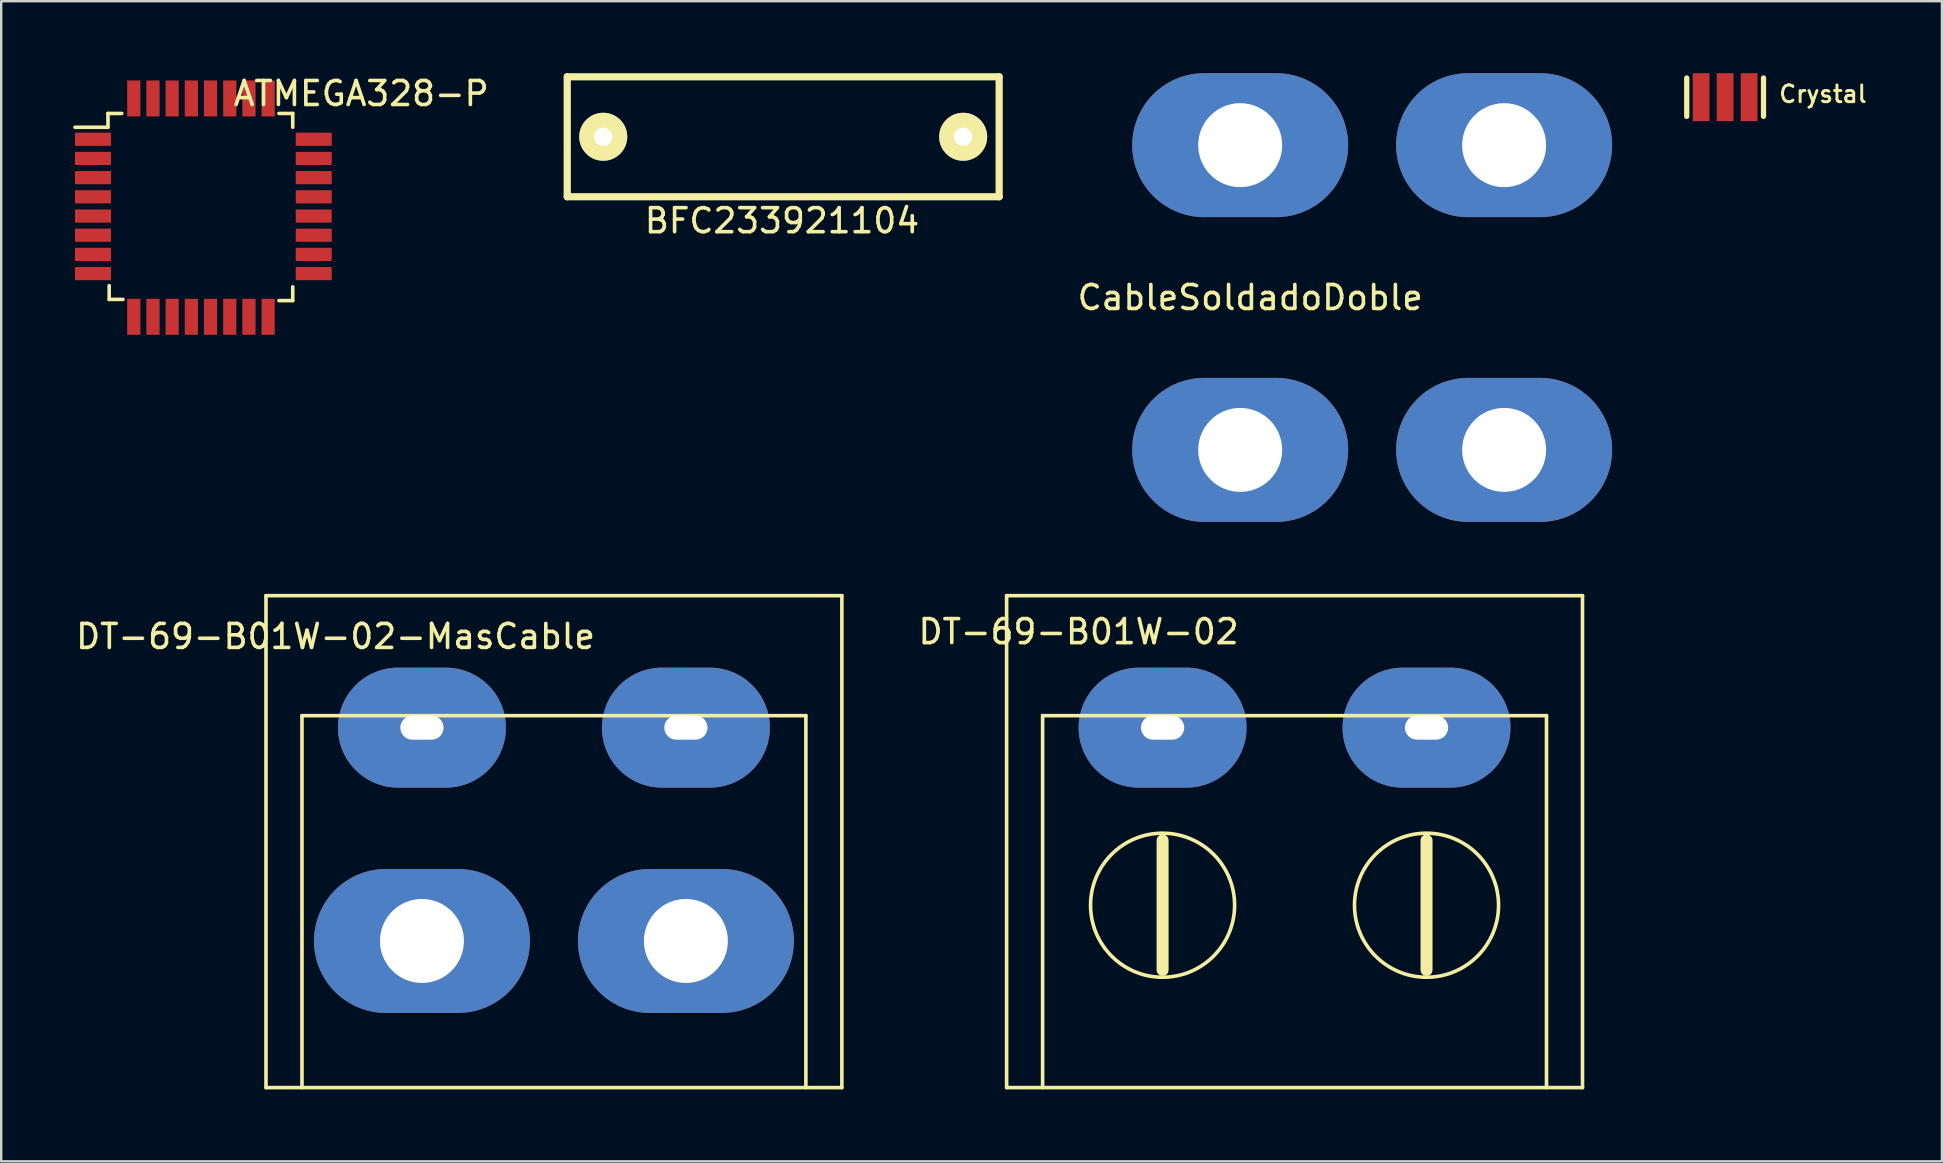
<source format=kicad_pcb>
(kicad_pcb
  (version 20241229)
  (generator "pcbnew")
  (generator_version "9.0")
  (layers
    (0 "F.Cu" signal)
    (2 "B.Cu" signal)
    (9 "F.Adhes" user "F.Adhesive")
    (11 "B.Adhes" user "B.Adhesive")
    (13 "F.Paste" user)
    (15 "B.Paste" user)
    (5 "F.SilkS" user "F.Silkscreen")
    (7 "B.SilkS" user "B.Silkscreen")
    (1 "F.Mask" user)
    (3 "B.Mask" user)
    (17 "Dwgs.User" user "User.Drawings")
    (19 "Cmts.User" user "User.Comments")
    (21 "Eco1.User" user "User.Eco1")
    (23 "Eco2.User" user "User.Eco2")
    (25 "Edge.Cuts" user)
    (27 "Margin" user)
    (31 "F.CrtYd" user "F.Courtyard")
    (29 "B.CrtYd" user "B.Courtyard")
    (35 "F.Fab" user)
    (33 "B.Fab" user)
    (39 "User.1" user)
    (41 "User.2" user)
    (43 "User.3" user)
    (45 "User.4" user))
  (footprint "ATMEGA328-P"
    (layer "F.Cu")
    (at 5.255 5.61)
    (property "Reference" "ATMEGA328-P" (at 6.75 -4.761 0) (layer "F.SilkS") (effects (font (size 1 1) (thickness 0.15))))
    (attr smd)
    (fp_line (start -3.805 -3.932) (end -3.805 -3.357) (stroke (width 0.15) (type solid)) (layer "F.SilkS"))
    (fp_line (start -3.805 -3.932) (end -3.23 -3.932) (stroke (width 0.15) (type solid)) (layer "F.SilkS"))
    (fp_line (start -3.805 -3.357) (end -5.18 -3.357) (stroke (width 0.15) (type solid)) (layer "F.SilkS"))
    (fp_line (start -3.755 3.818) (end -3.755 3.243) (stroke (width 0.15) (type solid)) (layer "F.SilkS"))
    (fp_line (start -3.755 3.818) (end -3.18 3.818) (stroke (width 0.15) (type solid)) (layer "F.SilkS"))
    (fp_line (start 3.895 -3.932) (end 3.32 -3.932) (stroke (width 0.15) (type solid)) (layer "F.SilkS"))
    (fp_line (start 3.895 -3.932) (end 3.895 -3.357) (stroke (width 0.15) (type solid)) (layer "F.SilkS"))
    (fp_line (start 3.895 3.868) (end 3.32 3.868) (stroke (width 0.15) (type solid)) (layer "F.SilkS"))
    (fp_line (start 3.895 3.868) (end 3.895 3.293) (stroke (width 0.15) (type solid)) (layer "F.SilkS"))
    (pad "1" smd rect (at -4.43 -2.857) (size 1.5 0.55) (layers "F.Cu" "F.Mask" "F.Paste"))
    (pad "2" smd rect (at -4.43 -2.057) (size 1.5 0.55) (layers "F.Cu" "F.Mask" "F.Paste"))
    (pad "3" smd rect (at -4.43 -1.257) (size 1.5 0.55) (layers "F.Cu" "F.Mask" "F.Paste"))
    (pad "4" smd rect (at -4.43 -0.457) (size 1.5 0.55) (layers "F.Cu" "F.Mask" "F.Paste"))
    (pad "5" smd rect (at -4.43 0.343) (size 1.5 0.55) (layers "F.Cu" "F.Mask" "F.Paste"))
    (pad "6" smd rect (at -4.43 1.143) (size 1.5 0.55) (layers "F.Cu" "F.Mask" "F.Paste"))
    (pad "7" smd rect (at -4.43 1.943) (size 1.5 0.55) (layers "F.Cu" "F.Mask" "F.Paste"))
    (pad "8" smd rect (at -4.43 2.743) (size 1.5 0.55) (layers "F.Cu" "F.Mask" "F.Paste"))
    (pad "9" smd rect (at -2.73 4.543 90) (size 1.5 0.55) (layers "F.Cu" "F.Mask" "F.Paste"))
    (pad "10" smd rect (at -1.93 4.543 90) (size 1.5 0.55) (layers "F.Cu" "F.Mask" "F.Paste"))
    (pad "11" smd rect (at -1.13 4.543 90) (size 1.5 0.55) (layers "F.Cu" "F.Mask" "F.Paste"))
    (pad "12" smd rect (at -0.33 4.543 90) (size 1.5 0.55) (layers "F.Cu" "F.Mask" "F.Paste"))
    (pad "13" smd rect (at 0.47 4.543 90) (size 1.5 0.55) (layers "F.Cu" "F.Mask" "F.Paste"))
    (pad "14" smd rect (at 1.27 4.543 90) (size 1.5 0.55) (layers "F.Cu" "F.Mask" "F.Paste"))
    (pad "15" smd rect (at 2.07 4.543 90) (size 1.5 0.55) (layers "F.Cu" "F.Mask" "F.Paste"))
    (pad "16" smd rect (at 2.87 4.543 90) (size 1.5 0.55) (layers "F.Cu" "F.Mask" "F.Paste"))
    (pad "17" smd rect (at 4.77 2.743) (size 1.5 0.55) (layers "F.Cu" "F.Mask" "F.Paste"))
    (pad "18" smd rect (at 4.77 1.943) (size 1.5 0.55) (layers "F.Cu" "F.Mask" "F.Paste"))
    (pad "19" smd rect (at 4.77 1.143) (size 1.5 0.55) (layers "F.Cu" "F.Mask" "F.Paste"))
    (pad "20" smd rect (at 4.77 0.343) (size 1.5 0.55) (layers "F.Cu" "F.Mask" "F.Paste"))
    (pad "21" smd rect (at 4.77 -0.457) (size 1.5 0.55) (layers "F.Cu" "F.Mask" "F.Paste"))
    (pad "22" smd rect (at 4.77 -1.257) (size 1.5 0.55) (layers "F.Cu" "F.Mask" "F.Paste"))
    (pad "23" smd rect (at 4.77 -2.057) (size 1.5 0.55) (layers "F.Cu" "F.Mask" "F.Paste"))
    (pad "24" smd rect (at 4.77 -2.857) (size 1.5 0.55) (layers "F.Cu" "F.Mask" "F.Paste"))
    (pad "25" smd rect (at 2.87 -4.557 90) (size 1.5 0.55) (layers "F.Cu" "F.Mask" "F.Paste"))
    (pad "26" smd rect (at 2.07 -4.557 90) (size 1.5 0.55) (layers "F.Cu" "F.Mask" "F.Paste"))
    (pad "27" smd rect (at 1.27 -4.557 90) (size 1.5 0.55) (layers "F.Cu" "F.Mask" "F.Paste"))
    (pad "28" smd rect (at 0.47 -4.557 90) (size 1.5 0.55) (layers "F.Cu" "F.Mask" "F.Paste"))
    (pad "29" smd rect (at -0.33 -4.557 90) (size 1.5 0.55) (layers "F.Cu" "F.Mask" "F.Paste"))
    (pad "30" smd rect (at -1.13 -4.557 90) (size 1.5 0.55) (layers "F.Cu" "F.Mask" "F.Paste"))
    (pad "31" smd rect (at -1.93 -4.557 90) (size 1.5 0.55) (layers "F.Cu" "F.Mask" "F.Paste"))
    (pad "32" smd rect (at -2.73 -4.557 90) (size 1.5 0.55) (layers "F.Cu" "F.Mask" "F.Paste")))
  (footprint "Crystal"
    (layer "F.Cu")
    (at 68.845 1)
    (property "Reference" "Crystal" (at 2.18 0.28 0) (layer "F.SilkS") (effects (font (size 0.7 0.7) (thickness 0.121)) (justify left bottom)))
    (attr through_hole)
    (fp_line (start -1.6 -0.8) (end -1.6 0.8) (stroke (width 0.22) (type solid)) (layer "F.SilkS"))
    (fp_line (start 1.6 -0.8) (end 1.6 0.8) (stroke (width 0.22) (type solid)) (layer "F.SilkS"))
    (pad "1" smd rect (at -1 0 90) (size 2 0.7) (layers "F.Cu" "F.Mask" "F.Paste"))
    (pad "2" smd rect (at 1 0 90) (size 2 0.7) (layers "F.Cu" "F.Mask" "F.Paste"))
    (pad "3" smd rect (at 0 0 90) (size 2 0.7) (layers "F.Cu" "F.Mask" "F.Paste")))
  (footprint "DT-69-B01W-02"
    (layer "F.Cu")
    (at 50.901 27.275)
    (property "Reference" "DT-69-B01W-02" (at -9 -4 0) (layer "F.SilkS") (effects (font (size 1 1) (thickness 0.15))))
    (attr through_hole)
    (fp_line (start -12 -5.5) (end 12 -5.5) (stroke (width 0.15) (type solid)) (layer "F.SilkS"))
    (fp_line (start -12 15) (end -12 -5.5) (stroke (width 0.15) (type solid)) (layer "F.SilkS"))
    (fp_line (start -12 15) (end 12 15) (stroke (width 0.15) (type solid)) (layer "F.SilkS"))
    (fp_line (start -10.5 -0.5) (end 10.5 -0.5) (stroke (width 0.15) (type solid)) (layer "F.SilkS"))
    (fp_line (start -10.5 15) (end -10.5 -0.5) (stroke (width 0.15) (type solid)) (layer "F.SilkS"))
    (fp_line (start -5.5 4.7) (end -5.5 10.1) (stroke (width 0.5) (type solid)) (layer "F.SilkS"))
    (fp_line (start 5.5 4.7) (end 5.5 10.1) (stroke (width 0.5) (type solid)) (layer "F.SilkS"))
    (fp_line (start 10.5 -0.5) (end 10.5 15) (stroke (width 0.15) (type solid)) (layer "F.SilkS"))
    (fp_line (start 12 -5.5) (end 12 15) (stroke (width 0.15) (type solid)) (layer "F.SilkS"))
    (fp_circle (center -5.5 7.4) (end -5.6 10.4) (stroke (width 0.15) (type solid)) (fill no) (layer "F.SilkS"))
    (fp_circle (center 5.5 7.4) (end 5.4 10.4) (stroke (width 0.15) (type solid)) (fill no) (layer "F.SilkS"))
    (pad "1" thru_hole oval (at 5.5 0) (size 7 5) (drill oval 1.8 1) (layers "*.Cu" "*.Mask"))
    (pad "2" thru_hole oval (at -5.5 0) (size 7 5) (drill oval 1.8 1) (layers "*.Cu" "*.Mask")))
  (footprint "DT-69-B01W-02-MasCable"
    (layer "F.Cu")
    (at 20.035 27.275)
    (property "Reference" "DT-69-B01W-02-MasCable" (at -9.1 -3.8 0) (layer "F.SilkS") (effects (font (size 1 1) (thickness 0.15))))
    (attr through_hole)
    (fp_line (start -12 -5.5) (end 12 -5.5) (stroke (width 0.15) (type solid)) (layer "F.SilkS"))
    (fp_line (start -12 15) (end -12 -5.5) (stroke (width 0.15) (type solid)) (layer "F.SilkS"))
    (fp_line (start -12 15) (end 12 15) (stroke (width 0.15) (type solid)) (layer "F.SilkS"))
    (fp_line (start -10.5 -0.5) (end 10.5 -0.5) (stroke (width 0.15) (type solid)) (layer "F.SilkS"))
    (fp_line (start -10.5 15) (end -10.5 -0.5) (stroke (width 0.15) (type solid)) (layer "F.SilkS"))
    (fp_line (start 10.5 -0.5) (end 10.5 15) (stroke (width 0.15) (type solid)) (layer "F.SilkS"))
    (fp_line (start 12 -5.5) (end 12 15) (stroke (width 0.15) (type solid)) (layer "F.SilkS"))
    (pad "1" thru_hole oval (at 5.5 0) (size 7 5) (drill oval 1.8 1) (layers "*.Cu" "*.Mask"))
    (pad "1" thru_hole oval (at 5.5 8.89) (size 9 6) (drill oval 3.5) (layers "*.Cu" "*.Mask"))
    (pad "2" thru_hole oval (at -5.5 0) (size 7 5) (drill oval 1.8 1) (layers "*.Cu" "*.Mask"))
    (pad "2" thru_hole oval (at -5.5 8.89) (size 9 6) (drill oval 3.5) (layers "*.Cu" "*.Mask")))
  (footprint "BFC233921104"
    (layer "F.Cu")
    (at 29.59 2.65)
    (property "Reference" "BFC233921104" (at -0.05 3.5 0) (layer "F.SilkS") (effects (font (size 1 1) (thickness 0.15))))
    (attr through_hole)
    (fp_line (start -9 -2.5) (end -9 2.5) (stroke (width 0.3) (type solid)) (layer "F.SilkS"))
    (fp_line (start -9 2.5) (end 9 2.5) (stroke (width 0.3) (type solid)) (layer "F.SilkS"))
    (fp_line (start 9 -2.5) (end -9 -2.5) (stroke (width 0.3) (type solid)) (layer "F.SilkS"))
    (fp_line (start 9 2.5) (end 9 -2.5) (stroke (width 0.3) (type solid)) (layer "F.SilkS"))
    (pad "1" thru_hole circle (at -7.5 0) (size 2 2) (drill 0.762) (layers "*.Cu" "*.Mask" "F.SilkS"))
    (pad "2" thru_hole circle (at 7.5 0) (size 2 2) (drill 0.762) (layers "*.Cu" "*.Mask" "F.SilkS")))
  (footprint "CableSoldadoDoble"
    (layer "F.Cu")
    (at 54.135 9.35)
    (property "Reference" "CableSoldadoDoble" (at -5.08 0 0) (layer "F.SilkS") (effects (font (size 1 1) (thickness 0.15))))
    (attr through_hole)
    (pad "1" thru_hole oval (at 5.5 -6.35) (size 9 6) (drill oval 3.5) (layers "*.Cu" "*.Mask"))
    (pad "1" thru_hole oval (at 5.5 6.35) (size 9 6) (drill oval 3.5) (layers "*.Cu" "*.Mask"))
    (pad "2" thru_hole oval (at -5.5 -6.35) (size 9 6) (drill oval 3.5) (layers "*.Cu" "*.Mask"))
    (pad "2" thru_hole oval (at -5.5 6.35) (size 9 6) (drill oval 3.5) (layers "*.Cu" "*.Mask")))
  (gr_rect
    (start -3 -3)
    (end 77.88 45.35)
    (stroke (width 0.1) (type default))
    (fill no)
    (layer "Edge.Cuts")))
</source>
